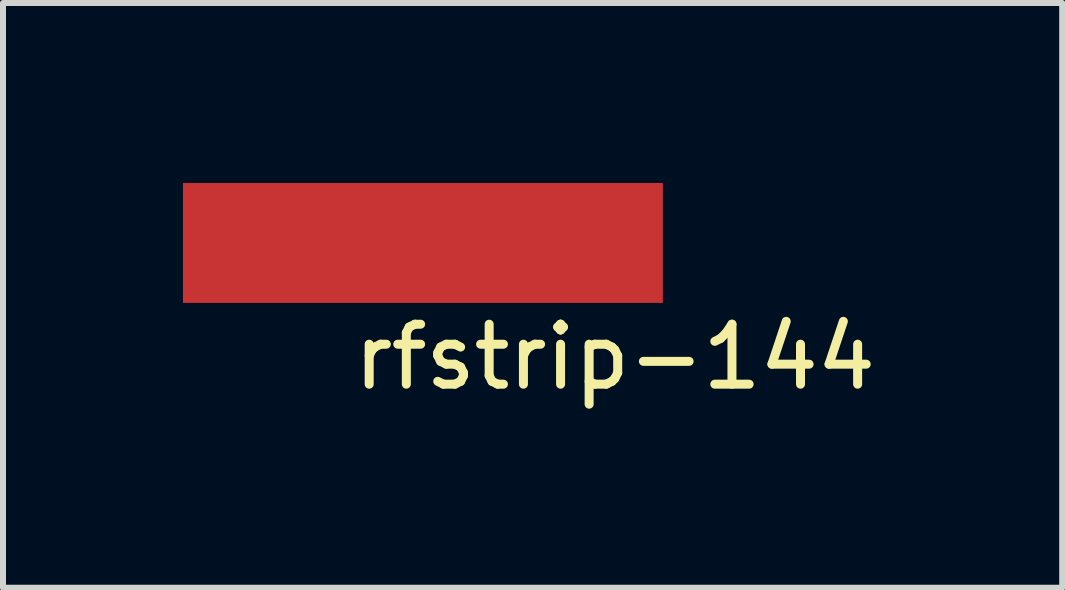
<source format=kicad_pcb>
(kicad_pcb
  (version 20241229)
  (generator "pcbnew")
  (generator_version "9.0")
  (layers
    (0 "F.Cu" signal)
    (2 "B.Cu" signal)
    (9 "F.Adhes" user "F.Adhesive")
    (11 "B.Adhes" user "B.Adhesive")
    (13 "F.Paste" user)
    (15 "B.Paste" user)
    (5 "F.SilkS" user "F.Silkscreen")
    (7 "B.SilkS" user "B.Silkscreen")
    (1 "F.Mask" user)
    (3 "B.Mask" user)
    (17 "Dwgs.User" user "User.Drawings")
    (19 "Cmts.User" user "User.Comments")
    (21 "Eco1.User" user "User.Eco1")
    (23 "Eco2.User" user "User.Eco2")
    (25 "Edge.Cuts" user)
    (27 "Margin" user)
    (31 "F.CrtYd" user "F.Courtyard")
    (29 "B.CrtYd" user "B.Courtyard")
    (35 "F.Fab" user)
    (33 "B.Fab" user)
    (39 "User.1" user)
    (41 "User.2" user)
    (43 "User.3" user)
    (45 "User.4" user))
  (footprint "rfstrip-144"
    (layer "F.Cu")
    (at 4 1)
    (property "Reference" "rfstrip-144" (at 3.2 1.9 0) (layer "F.SilkS") (effects (font (size 1 1) (thickness 0.15))))
    (attr through_hole)
    (pad "1" smd rect (at 0 0) (size 8 2) (layers "F.Cu" "F.Mask" "F.Paste")))
  (gr_rect
    (start -3 -3)
    (end 14.658 6.748)
    (stroke (width 0.1) (type default))
    (fill no)
    (layer "Edge.Cuts")))
</source>
